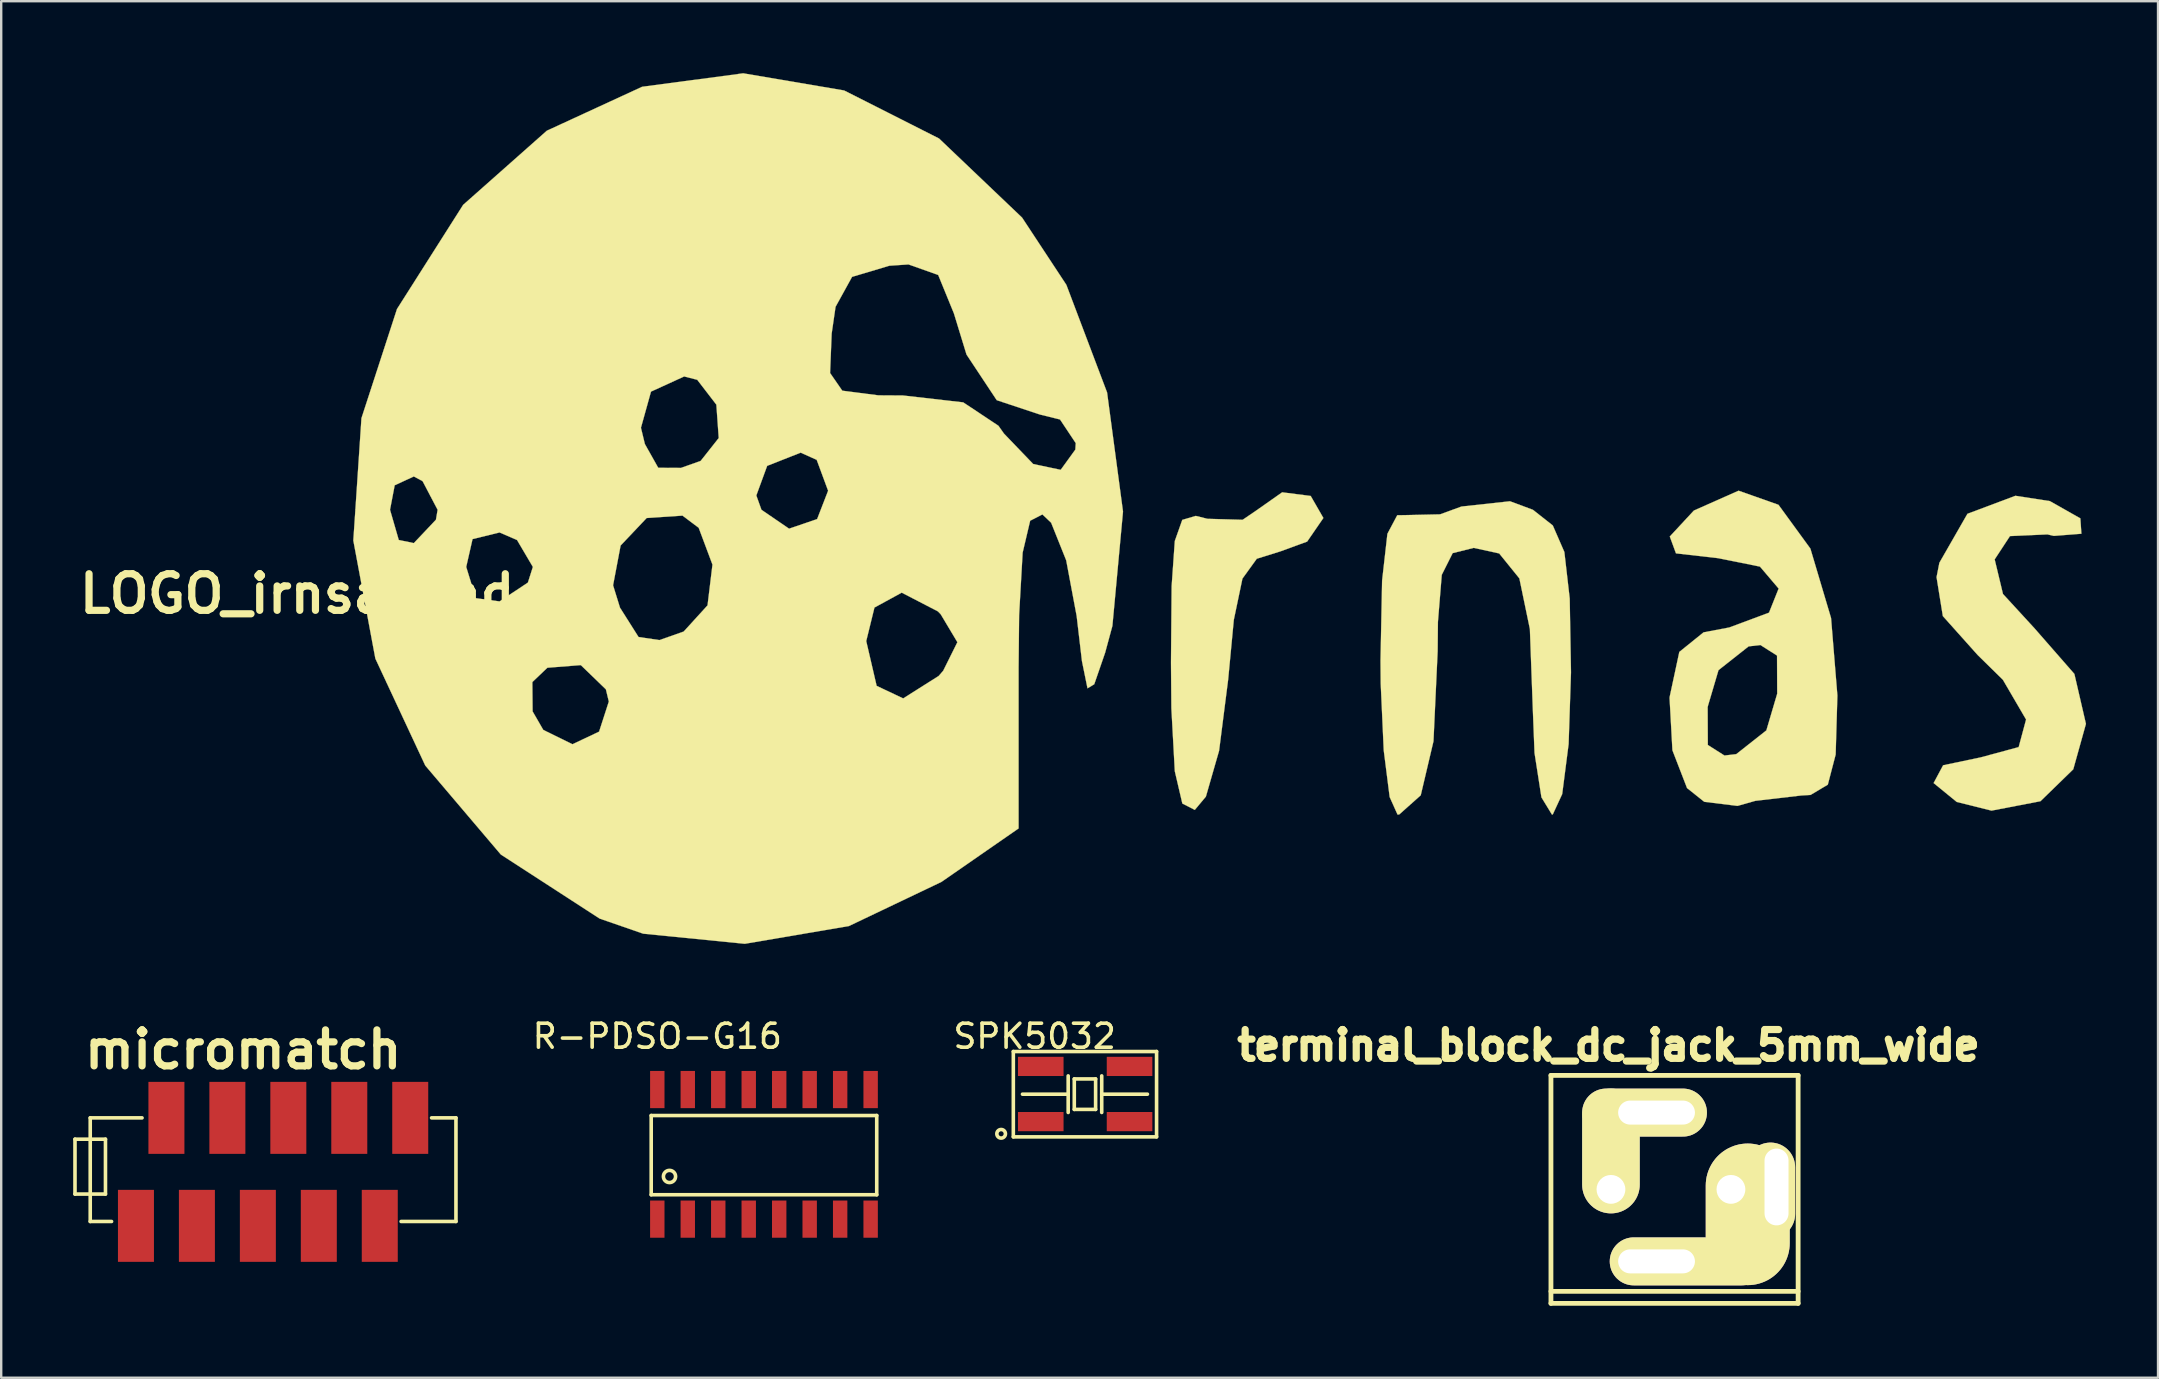
<source format=kicad_pcb>
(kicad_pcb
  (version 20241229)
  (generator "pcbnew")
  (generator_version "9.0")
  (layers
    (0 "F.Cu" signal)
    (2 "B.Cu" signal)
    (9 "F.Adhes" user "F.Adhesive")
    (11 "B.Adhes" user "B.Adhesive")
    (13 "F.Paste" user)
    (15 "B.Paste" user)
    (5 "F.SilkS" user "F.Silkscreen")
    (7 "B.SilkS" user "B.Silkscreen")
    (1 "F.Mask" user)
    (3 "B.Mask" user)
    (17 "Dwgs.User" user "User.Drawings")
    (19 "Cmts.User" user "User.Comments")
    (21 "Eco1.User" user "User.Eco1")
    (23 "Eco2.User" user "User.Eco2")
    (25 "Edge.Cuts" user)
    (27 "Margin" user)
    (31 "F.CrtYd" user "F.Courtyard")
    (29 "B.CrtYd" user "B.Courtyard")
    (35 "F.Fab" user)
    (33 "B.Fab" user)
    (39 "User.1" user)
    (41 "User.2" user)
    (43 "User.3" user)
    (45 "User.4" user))
  (footprint "terminal_block_dc_jack_5mm_wide"
    (layer "F.Cu")
    (at 64.079 46.512)
    (property "Reference" "terminal_block_dc_jack_5mm_wide" (at -0.1 -6 0) (layer "F.SilkS") (effects (font (size 1.2 1.2) (thickness 0.3))))
    (attr through_hole)
    (fp_line (start -2.5 -4.75) (end -2.5 4.75) (stroke (width 0.2) (type solid)) (layer "F.SilkS"))
    (fp_line (start -2.5 4.25) (end 7.8 4.25) (stroke (width 0.2) (type solid)) (layer "F.SilkS"))
    (fp_line (start -2.5 4.75) (end 7.8 4.75) (stroke (width 0.2) (type solid)) (layer "F.SilkS"))
    (fp_line (start 7.8 -4.75) (end -2.5 -4.75) (stroke (width 0.2) (type solid)) (layer "F.SilkS"))
    (fp_line (start 7.8 -4.75) (end 7.8 4.75) (stroke (width 0.2) (type solid)) (layer "F.SilkS"))
    (pad "1" thru_hole oval (at 1.9 3) (size 6.5 2) (drill oval 3.2 1 (offset 1.3 0)) (layers "*.Cu" "*.Mask" "F.SilkS"))
    (pad "1" thru_hole oval (at 5 0) (size 3.5 5.9) (drill 1.2 (offset 0.7 1.04)) (layers "*.Cu" "*.Mask" "F.SilkS"))
    (pad "1" thru_hole oval (at 6.9 -0.1 90) (size 4 2.05) (drill oval 3.2 1 (offset -0.15 -0.25)) (layers "*.Cu" "*.Mask" "F.SilkS"))
    (pad "2" thru_hole oval (at 0 0) (size 2.4 5.2) (drill 1.2 (offset 0 -1.6)) (layers "*.Cu" "*.Mask" "F.SilkS"))
    (pad "2" thru_hole oval (at 1.9 -3.2) (size 5.2 2) (drill oval 3.2 1 (offset -0.5 0)) (layers "*.Cu" "*.Mask" "F.SilkS")))
  (footprint "SPK5032"
    (layer "F.Cu")
    (at 40.319 43.688)
    (property "Reference" "SPK5032" (at -0.254 -3.556 0) (layer "F.SilkS") (effects (font (size 1 1) (thickness 0.15))))
    (attr through_hole)
    (fp_line (start -1.143 -2.921) (end 4.826 -2.921) (stroke (width 0.15) (type solid)) (layer "F.SilkS"))
    (fp_line (start -1.143 0.635) (end -1.143 -2.921) (stroke (width 0.15) (type solid)) (layer "F.SilkS"))
    (fp_line (start -0.762 -1.143) (end 1.143 -1.143) (stroke (width 0.15) (type solid)) (layer "F.SilkS"))
    (fp_line (start 1.143 -1.143) (end 1.143 -1.905) (stroke (width 0.15) (type solid)) (layer "F.SilkS"))
    (fp_line (start 1.143 -0.381) (end 1.143 -1.143) (stroke (width 0.15) (type solid)) (layer "F.SilkS"))
    (fp_line (start 1.397 -1.778) (end 1.397 -0.508) (stroke (width 0.15) (type solid)) (layer "F.SilkS"))
    (fp_line (start 1.397 -0.508) (end 2.286 -0.508) (stroke (width 0.15) (type solid)) (layer "F.SilkS"))
    (fp_line (start 2.286 -1.778) (end 1.397 -1.778) (stroke (width 0.15) (type solid)) (layer "F.SilkS"))
    (fp_line (start 2.286 -0.508) (end 2.286 -1.778) (stroke (width 0.15) (type solid)) (layer "F.SilkS"))
    (fp_line (start 2.54 -1.905) (end 2.54 -0.381) (stroke (width 0.15) (type solid)) (layer "F.SilkS"))
    (fp_line (start 2.54 -1.143) (end 4.445 -1.143) (stroke (width 0.15) (type solid)) (layer "F.SilkS"))
    (fp_line (start 4.826 -2.921) (end 4.826 0.635) (stroke (width 0.15) (type solid)) (layer "F.SilkS"))
    (fp_line (start 4.826 0.635) (end -1.143 0.635) (stroke (width 0.15) (type solid)) (layer "F.SilkS"))
    (fp_circle (center -1.651 0.508) (end -1.524 0.635) (stroke (width 0.15) (type solid)) (fill no) (layer "F.SilkS"))
    (pad "1" smd rect (at 0 0) (size 1.9 0.8) (layers "F.Cu" "F.Mask" "F.Paste"))
    (pad "2" smd rect (at 3.7 0) (size 1.9 0.8) (layers "F.Cu" "F.Mask" "F.Paste"))
    (pad "3" smd rect (at 3.7 -2.3) (size 1.9 0.8) (layers "F.Cu" "F.Mask" "F.Paste"))
    (pad "4" smd rect (at 0 -2.3) (size 1.9 0.8) (layers "F.Cu" "F.Mask" "F.Paste")))
  (footprint "R-PDSO-G16"
    (layer "F.Cu")
    (at 24.34 47.752)
    (property "Reference" "R-PDSO-G16" (at 0 -7.62 0) (layer "F.SilkS") (effects (font (size 1 1) (thickness 0.15))))
    (attr through_hole)
    (fp_line (start -0.254 -4.318) (end -0.254 -1.016) (stroke (width 0.15) (type solid)) (layer "F.SilkS"))
    (fp_line (start -0.254 -1.016) (end 9.144 -1.016) (stroke (width 0.15) (type solid)) (layer "F.SilkS"))
    (fp_line (start 9.144 -4.318) (end -0.254 -4.318) (stroke (width 0.15) (type solid)) (layer "F.SilkS"))
    (fp_line (start 9.144 -1.016) (end 9.144 -4.318) (stroke (width 0.15) (type solid)) (layer "F.SilkS"))
    (fp_circle (center 0.508 -1.778) (end 0.762 -1.778) (stroke (width 0.15) (type solid)) (fill no) (layer "F.SilkS"))
    (pad "1" smd rect (at 0 0) (size 0.6 1.55) (layers "F.Cu" "F.Mask" "F.Paste"))
    (pad "2" smd rect (at 1.27 0) (size 0.6 1.55) (layers "F.Cu" "F.Mask" "F.Paste"))
    (pad "3" smd rect (at 2.54 0) (size 0.6 1.55) (layers "F.Cu" "F.Mask" "F.Paste"))
    (pad "4" smd rect (at 3.81 0) (size 0.6 1.55) (layers "F.Cu" "F.Mask" "F.Paste"))
    (pad "5" smd rect (at 5.08 0) (size 0.6 1.55) (layers "F.Cu" "F.Mask" "F.Paste"))
    (pad "6" smd rect (at 6.35 0) (size 0.6 1.55) (layers "F.Cu" "F.Mask" "F.Paste"))
    (pad "7" smd rect (at 7.62 0) (size 0.6 1.55) (layers "F.Cu" "F.Mask" "F.Paste"))
    (pad "8" smd rect (at 8.89 0) (size 0.6 1.55) (layers "F.Cu" "F.Mask" "F.Paste"))
    (pad "9" smd rect (at 8.89 -5.4) (size 0.6 1.55) (layers "F.Cu" "F.Mask" "F.Paste"))
    (pad "10" smd rect (at 7.62 -5.4) (size 0.6 1.55) (layers "F.Cu" "F.Mask" "F.Paste"))
    (pad "11" smd rect (at 6.35 -5.4) (size 0.6 1.55) (layers "F.Cu" "F.Mask" "F.Paste"))
    (pad "12" smd rect (at 5.08 -5.4) (size 0.6 1.55) (layers "F.Cu" "F.Mask" "F.Paste"))
    (pad "13" smd rect (at 3.81 -5.4) (size 0.6 1.55) (layers "F.Cu" "F.Mask" "F.Paste"))
    (pad "14" smd rect (at 2.54 -5.4) (size 0.6 1.55) (layers "F.Cu" "F.Mask" "F.Paste"))
    (pad "15" smd rect (at 1.27 -5.4) (size 0.6 1.55) (layers "F.Cu" "F.Mask" "F.Paste"))
    (pad "16" smd rect (at 0 -5.4) (size 0.6 1.55) (layers "F.Cu" "F.Mask" "F.Paste")))
  (footprint "LOGO_irnsa_bad"
    (layer "F.Cu")
    (at 47.333 18.193)
    (property "Reference" "LOGO_irnsa_bad" (at -38 3.5 0) (layer "F.SilkS") (effects (font (size 1.524 1.524) (thickness 0.3))))
    (attr through_hole)
    (fp_poly (pts (xy 4.235 -0.576) (xy 4.763 0.342) (xy 4.087 1.325) (xy 2.977 1.731) (xy 1.988 2.04) (xy 1.39 2.868) (xy 1.031 4.585) (xy 0.794 7.082) (xy 0.417 10.04) (xy -0.133 11.952) (xy -0.595 12.506) (xy -1.114 12.24) (xy -1.428 10.895) (xy -1.571 8.27) (xy -1.587 6.363) (xy -1.56 3.184) (xy -1.428 1.3) (xy -1.117 0.421) (xy -0.554 0.255) (xy -0.067 0.376) (xy 1.398 0.417) (xy 1.964 0.032) (xy 3.046 -0.728) (xy 4.235 -0.576)) (stroke (width 0.01) (type solid)) (fill yes) (layer "F.SilkS"))
    (fp_poly (pts (xy 35.037 -0.361) (xy 36.307 0.358) (xy 36.35 0.998) (xy 35.201 1.088) (xy 34.935 1.026) (xy 33.373 1.096) (xy 32.736 2.067) (xy 33.082 3.509) (xy 34.399 4.943) (xy 36.057 6.839) (xy 36.539 8.921) (xy 36.011 10.814) (xy 34.644 12.144) (xy 32.605 12.536) (xy 31.155 12.174) (xy 30.192 11.387) (xy 30.588 10.646) (xy 32.147 10.319) (xy 33.736 9.889) (xy 34.045 8.74) (xy 33.079 7.084) (xy 32.027 6.051) (xy 30.576 4.429) (xy 30.314 2.808) (xy 30.432 2.208) (xy 31.602 0.167) (xy 33.601 -0.583) (xy 35.037 -0.361)) (stroke (width 0.01) (type solid)) (fill yes) (layer "F.SilkS"))
    (fp_poly (pts (xy 13.494 0) (xy 14.323 0.653) (xy 14.805 1.76) (xy 15.028 3.701) (xy 15.081 6.775) (xy 14.982 9.764) (xy 14.715 11.846) (xy 14.322 12.695) (xy 14.287 12.7) (xy 13.85 11.983) (xy 13.562 10.136) (xy 13.494 8.399) (xy 13.368 4.969) (xy 12.93 2.859) (xy 12.089 1.819) (xy 11.028 1.587) (xy 10.15 1.806) (xy 9.696 2.711) (xy 9.536 4.672) (xy 9.525 5.888) (xy 9.351 9.644) (xy 8.82 11.897) (xy 7.922 12.697) (xy 7.853 12.7) (xy 7.525 11.969) (xy 7.278 10.024) (xy 7.152 7.24) (xy 7.144 6.284) (xy 7.21 2.951) (xy 7.431 1) (xy 7.841 0.227) (xy 8.136 0.223) (xy 9.625 0.19) (xy 10.517 -0.135) (xy 12.539 -0.355) (xy 13.494 0)) (stroke (width 0.01) (type solid)) (fill yes) (layer "F.SilkS"))
    (fp_poly (pts (xy 23.727 -0.208) (xy 25.057 1.618) (xy 25.918 4.51) (xy 26.182 7.739) (xy 26.11 10.199) (xy 25.783 11.454) (xy 25.065 11.882) (xy 24.671 11.906) (xy 22.764 12.128) (xy 22.02 12.339) (xy 20.635 12.169) (xy 19.917 11.597) (xy 19.308 10.022) (xy 19.209 8.212) (xy 20.776 8.212) (xy 20.783 9.8) (xy 21.476 10.24) (xy 21.967 10.183) (xy 23.222 9.193) (xy 23.674 7.663) (xy 23.667 6.075) (xy 22.974 5.635) (xy 22.483 5.692) (xy 21.228 6.682) (xy 20.776 8.212) (xy 19.209 8.212) (xy 19.189 7.849) (xy 19.194 7.791) (xy 19.595 5.923) (xy 20.606 5.107) (xy 21.677 4.904) (xy 23.333 4.287) (xy 23.734 3.283) (xy 22.956 2.368) (xy 21.211 2.016) (xy 19.456 1.816) (xy 19.198 1.114) (xy 20.202 0.032) (xy 22.064 -0.795) (xy 23.727 -0.208)) (stroke (width 0.01) (type solid)) (fill yes) (layer "F.SilkS"))
    (fp_poly (pts (xy -15.208 -17.473) (xy -11.253 -15.472) (xy -7.793 -12.176) (xy -5.947 -9.373) (xy -4.25 -4.887) (xy -3.587 0.075) (xy -4.029 4.839) (xy -4.331 5.953) (xy -4.785 7.27) (xy -5.066 7.44) (xy -5.297 6.307) (xy -5.518 4.427) (xy -5.954 2.106) (xy -6.581 0.54) (xy -6.945 0.194) (xy -7.456 0.456) (xy -7.769 1.785) (xy -7.916 4.38) (xy -7.938 6.573) (xy -7.938 13.278) (xy -11.154 15.507) (xy -15.007 17.345) (xy -19.346 18.085) (xy -23.581 17.664) (xy -25.394 17.036) (xy -29.513 14.366) (xy -32.661 10.659) (xy -34.285 7.179) (xy -28.2 7.179) (xy -28.189 8.401) (xy -27.744 9.173) (xy -26.529 9.77) (xy -25.419 9.246) (xy -25.013 7.991) (xy -25.135 7.483) (xy -26.181 6.472) (xy -27.573 6.582) (xy -28.2 7.179) (xy -34.285 7.179) (xy -34.741 6.202) (xy -34.878 5.471) (xy -14.287 5.471) (xy -13.853 7.337) (xy -12.747 7.86) (xy -11.269 6.925) (xy -11.079 6.707) (xy -10.488 5.518) (xy -11.184 4.353) (xy -11.303 4.232) (xy -12.808 3.453) (xy -13.944 4.074) (xy -14.287 5.471) (xy -34.878 5.471) (xy -35.454 2.381) (xy -30.956 2.381) (xy -30.555 3.684) (xy -29.567 3.818) (xy -28.556 3.147) (xy -24.836 3.147) (xy -24.548 4.078) (xy -23.774 5.302) (xy -22.904 5.43) (xy -21.893 5.074) (xy -20.9 3.983) (xy -20.694 2.285) (xy -21.268 0.751) (xy -21.943 0.243) (xy -23.436 0.343) (xy -24.522 1.49) (xy -24.836 3.147) (xy -28.556 3.147) (xy -28.386 3.035) (xy -28.178 2.381) (xy -28.838 1.26) (xy -29.567 0.945) (xy -30.692 1.221) (xy -30.956 2.381) (xy -35.454 2.381) (xy -35.66 1.281) (xy -35.574 0) (xy -34.131 0) (xy -33.766 1.259) (xy -33.139 1.389) (xy -32.217 0.414) (xy -32.147 0) (xy -32.461 -0.597) (xy -18.867 -0.597) (xy -18.653 0) (xy -17.502 0.787) (xy -16.333 0.388) (xy -15.875 -0.794) (xy -16.351 -2.081) (xy -17.019 -2.381) (xy -18.415 -1.83) (xy -18.867 -0.597) (xy -32.461 -0.597) (xy -32.773 -1.192) (xy -33.139 -1.389) (xy -33.936 -1.021) (xy -34.131 0) (xy -35.574 0) (xy -35.347 -3.418) (xy -23.675 -3.418) (xy -23.511 -2.74) (xy -22.954 -1.75) (xy -22.006 -1.745) (xy -21.187 -2.036) (xy -20.433 -2.99) (xy -20.532 -4.381) (xy -21.329 -5.417) (xy -21.874 -5.556) (xy -23.256 -4.924) (xy -23.675 -3.418) (xy -35.347 -3.418) (xy -35.321 -3.818) (xy -34.708 -5.699) (xy -15.793 -5.699) (xy -15.284 -4.963) (xy -13.782 -4.769) (xy -12.757 -4.763) (xy -10.245 -4.476) (xy -8.777 -3.501) (xy -8.547 -3.175) (xy -7.329 -1.907) (xy -6.183 -1.665) (xy -5.573 -2.508) (xy -5.556 -2.778) (xy -6.211 -3.763) (xy -7.047 -3.969) (xy -8.848 -4.567) (xy -10.108 -6.469) (xy -10.634 -8.186) (xy -11.288 -9.785) (xy -12.525 -10.224) (xy -13.323 -10.17) (xy -14.877 -9.706) (xy -15.565 -8.458) (xy -15.727 -7.342) (xy -15.793 -5.699) (xy -34.708 -5.699) (xy -33.84 -8.367) (xy -31.083 -12.707) (xy -27.596 -15.796) (xy -23.625 -17.627) (xy -19.414 -18.188) (xy -15.208 -17.473)) (stroke (width 0.01) (type solid)) (fill yes) (layer "F.SilkS")))
  (footprint "micromatch"
    (layer "F.Cu")
    (at 3.885 43.532)
    (property "Reference" "micromatch" (at 3.2 -2.845 0) (layer "F.SilkS") (effects (font (size 1.5 1.5) (thickness 0.3))))
    (attr through_hole)
    (fp_line (start -3.81 0.889) (end -3.175 0.889) (stroke (width 0.15) (type solid)) (layer "F.SilkS"))
    (fp_line (start -3.81 3.175) (end -3.81 0.889) (stroke (width 0.15) (type solid)) (layer "F.SilkS"))
    (fp_line (start -3.175 0) (end -1.016 0) (stroke (width 0.15) (type solid)) (layer "F.SilkS"))
    (fp_line (start -3.175 0.889) (end -2.54 0.889) (stroke (width 0.15) (type solid)) (layer "F.SilkS"))
    (fp_line (start -3.175 4.318) (end -3.175 0) (stroke (width 0.15) (type solid)) (layer "F.SilkS"))
    (fp_line (start -2.54 0.889) (end -2.54 3.175) (stroke (width 0.15) (type solid)) (layer "F.SilkS"))
    (fp_line (start -2.54 3.175) (end -3.81 3.175) (stroke (width 0.15) (type solid)) (layer "F.SilkS"))
    (fp_line (start -2.286 4.318) (end -3.175 4.318) (stroke (width 0.15) (type solid)) (layer "F.SilkS"))
    (fp_line (start 9.779 4.318) (end 12.065 4.318) (stroke (width 0.15) (type solid)) (layer "F.SilkS"))
    (fp_line (start 11.049 0) (end 12.065 0) (stroke (width 0.15) (type solid)) (layer "F.SilkS"))
    (fp_line (start 12.065 0) (end 12.065 4.318) (stroke (width 0.15) (type solid)) (layer "F.SilkS"))
    (pad "1" smd rect (at -1.27 4.5) (size 1.5 3) (layers "F.Cu" "F.Mask" "F.Paste"))
    (pad "2" smd rect (at 0 0) (size 1.5 3) (layers "F.Cu" "F.Mask" "F.Paste"))
    (pad "3" smd rect (at 1.27 4.5) (size 1.5 3) (layers "F.Cu" "F.Mask" "F.Paste"))
    (pad "4" smd rect (at 2.54 0) (size 1.5 3) (layers "F.Cu" "F.Mask" "F.Paste"))
    (pad "5" smd rect (at 3.81 4.5) (size 1.5 3) (layers "F.Cu" "F.Mask" "F.Paste"))
    (pad "6" smd rect (at 5.08 0) (size 1.5 3) (layers "F.Cu" "F.Mask" "F.Paste"))
    (pad "7" smd rect (at 6.35 4.5) (size 1.5 3) (layers "F.Cu" "F.Mask" "F.Paste"))
    (pad "8" smd rect (at 7.62 0) (size 1.5 3) (layers "F.Cu" "F.Mask" "F.Paste"))
    (pad "9" smd rect (at 8.89 4.5) (size 1.5 3) (layers "F.Cu" "F.Mask" "F.Paste"))
    (pad "10" smd rect (at 10.16 0) (size 1.5 3) (layers "F.Cu" "F.Mask" "F.Paste")))
  (gr_rect
    (start -3 -3)
    (end 86.876 54.362)
    (stroke (width 0.1) (type default))
    (fill no)
    (layer "Edge.Cuts")))
</source>
